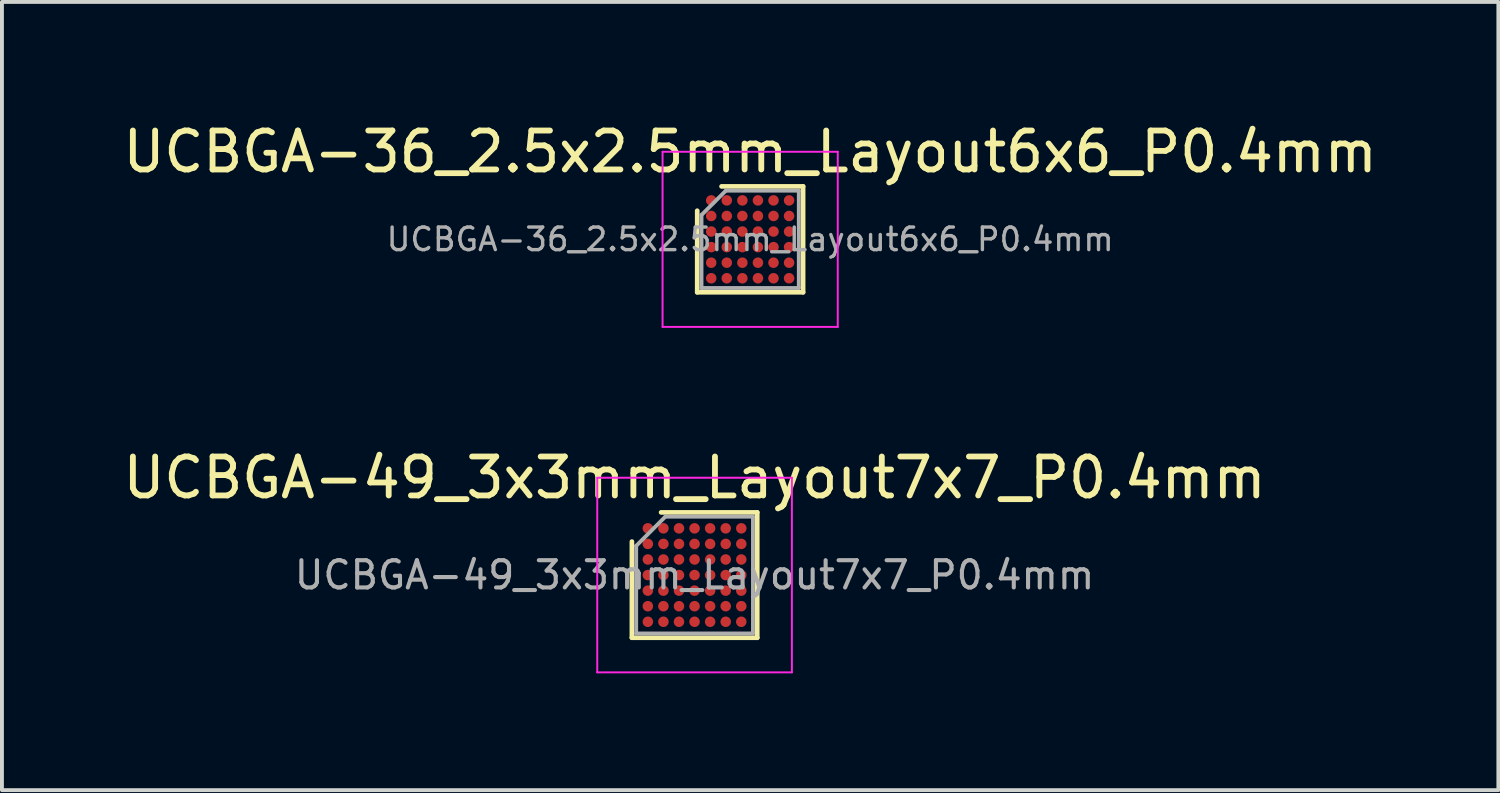
<source format=kicad_pcb>
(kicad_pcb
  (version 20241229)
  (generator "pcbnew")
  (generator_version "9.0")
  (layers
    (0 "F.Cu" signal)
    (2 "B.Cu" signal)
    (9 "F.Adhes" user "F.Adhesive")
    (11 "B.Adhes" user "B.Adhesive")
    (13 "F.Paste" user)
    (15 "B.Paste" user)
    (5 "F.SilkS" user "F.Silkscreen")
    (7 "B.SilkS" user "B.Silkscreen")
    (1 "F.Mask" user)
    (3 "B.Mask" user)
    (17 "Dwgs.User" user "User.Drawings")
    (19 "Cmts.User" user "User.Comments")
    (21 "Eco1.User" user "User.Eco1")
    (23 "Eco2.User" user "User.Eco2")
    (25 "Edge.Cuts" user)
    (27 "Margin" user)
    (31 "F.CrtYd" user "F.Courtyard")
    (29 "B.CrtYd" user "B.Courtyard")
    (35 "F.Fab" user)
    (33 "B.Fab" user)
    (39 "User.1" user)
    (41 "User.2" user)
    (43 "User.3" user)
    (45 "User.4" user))
  (footprint "UCBGA-49_3x3mm_Layout7x7_P0.4mm"
    (layer "F.Cu")
    (at 14.792 11.722)
    (property "Reference" "UCBGA-49_3x3mm_Layout7x7_P0.4mm" (at 0 -2.5 0) (layer "F.SilkS") (effects (font (size 1 1) (thickness 0.15))))
    (attr smd)
    (fp_line (start -1.61 1.61) (end -1.61 -0.86) (stroke (width 0.12) (type solid)) (layer "F.SilkS"))
    (fp_line (start -0.86 -1.61) (end 1.61 -1.61) (stroke (width 0.12) (type solid)) (layer "F.SilkS"))
    (fp_line (start 1.61 -1.61) (end 1.61 1.61) (stroke (width 0.12) (type solid)) (layer "F.SilkS"))
    (fp_line (start 1.61 1.61) (end -1.61 1.61) (stroke (width 0.12) (type solid)) (layer "F.SilkS"))
    (fp_line (start -2.5 -2.5) (end -2.5 2.5) (stroke (width 0.05) (type solid)) (layer "F.CrtYd"))
    (fp_line (start -2.5 2.5) (end 2.5 2.5) (stroke (width 0.05) (type solid)) (layer "F.CrtYd"))
    (fp_line (start 2.5 -2.5) (end -2.5 -2.5) (stroke (width 0.05) (type solid)) (layer "F.CrtYd"))
    (fp_line (start 2.5 2.5) (end 2.5 -2.5) (stroke (width 0.05) (type solid)) (layer "F.CrtYd"))
    (fp_line (start -1.5 -0.75) (end -0.75 -1.5) (stroke (width 0.1) (type solid)) (layer "F.Fab"))
    (fp_line (start -1.5 1.5) (end -1.5 -0.75) (stroke (width 0.1) (type solid)) (layer "F.Fab"))
    (fp_line (start -0.75 -1.5) (end 1.5 -1.5) (stroke (width 0.1) (type solid)) (layer "F.Fab"))
    (fp_line (start 1.5 -1.5) (end 1.5 1.5) (stroke (width 0.1) (type solid)) (layer "F.Fab"))
    (fp_line (start 1.5 1.5) (end -1.5 1.5) (stroke (width 0.1) (type solid)) (layer "F.Fab"))
    (fp_text user "${REFERENCE}" (at 0 0 0) (layer "F.Fab") (effects (font (size 0.7 0.7) (thickness 0.105))))
    (pad "A1" smd circle (at -1.2 -1.2) (size 0.27 0.27) (layers "F.Cu" "F.Mask" "F.Paste"))
    (pad "A2" smd circle (at -0.8 -1.2) (size 0.27 0.27) (layers "F.Cu" "F.Mask" "F.Paste"))
    (pad "A3" smd circle (at -0.4 -1.2) (size 0.27 0.27) (layers "F.Cu" "F.Mask" "F.Paste"))
    (pad "A4" smd circle (at 0 -1.2) (size 0.27 0.27) (layers "F.Cu" "F.Mask" "F.Paste"))
    (pad "A5" smd circle (at 0.4 -1.2) (size 0.27 0.27) (layers "F.Cu" "F.Mask" "F.Paste"))
    (pad "A6" smd circle (at 0.8 -1.2) (size 0.27 0.27) (layers "F.Cu" "F.Mask" "F.Paste"))
    (pad "A7" smd circle (at 1.2 -1.2) (size 0.27 0.27) (layers "F.Cu" "F.Mask" "F.Paste"))
    (pad "B1" smd circle (at -1.2 -0.8) (size 0.27 0.27) (layers "F.Cu" "F.Mask" "F.Paste"))
    (pad "B2" smd circle (at -0.8 -0.8) (size 0.27 0.27) (layers "F.Cu" "F.Mask" "F.Paste"))
    (pad "B3" smd circle (at -0.4 -0.8) (size 0.27 0.27) (layers "F.Cu" "F.Mask" "F.Paste"))
    (pad "B4" smd circle (at 0 -0.8) (size 0.27 0.27) (layers "F.Cu" "F.Mask" "F.Paste"))
    (pad "B5" smd circle (at 0.4 -0.8) (size 0.27 0.27) (layers "F.Cu" "F.Mask" "F.Paste"))
    (pad "B6" smd circle (at 0.8 -0.8) (size 0.27 0.27) (layers "F.Cu" "F.Mask" "F.Paste"))
    (pad "B7" smd circle (at 1.2 -0.8) (size 0.27 0.27) (layers "F.Cu" "F.Mask" "F.Paste"))
    (pad "C1" smd circle (at -1.2 -0.4) (size 0.27 0.27) (layers "F.Cu" "F.Mask" "F.Paste"))
    (pad "C2" smd circle (at -0.8 -0.4) (size 0.27 0.27) (layers "F.Cu" "F.Mask" "F.Paste"))
    (pad "C3" smd circle (at -0.4 -0.4) (size 0.27 0.27) (layers "F.Cu" "F.Mask" "F.Paste"))
    (pad "C4" smd circle (at 0 -0.4) (size 0.27 0.27) (layers "F.Cu" "F.Mask" "F.Paste"))
    (pad "C5" smd circle (at 0.4 -0.4) (size 0.27 0.27) (layers "F.Cu" "F.Mask" "F.Paste"))
    (pad "C6" smd circle (at 0.8 -0.4) (size 0.27 0.27) (layers "F.Cu" "F.Mask" "F.Paste"))
    (pad "C7" smd circle (at 1.2 -0.4) (size 0.27 0.27) (layers "F.Cu" "F.Mask" "F.Paste"))
    (pad "D1" smd circle (at -1.2 0) (size 0.27 0.27) (layers "F.Cu" "F.Mask" "F.Paste"))
    (pad "D2" smd circle (at -0.8 0) (size 0.27 0.27) (layers "F.Cu" "F.Mask" "F.Paste"))
    (pad "D3" smd circle (at -0.4 0) (size 0.27 0.27) (layers "F.Cu" "F.Mask" "F.Paste"))
    (pad "D4" smd circle (at 0 0) (size 0.27 0.27) (layers "F.Cu" "F.Mask" "F.Paste"))
    (pad "D5" smd circle (at 0.4 0) (size 0.27 0.27) (layers "F.Cu" "F.Mask" "F.Paste"))
    (pad "D6" smd circle (at 0.8 0) (size 0.27 0.27) (layers "F.Cu" "F.Mask" "F.Paste"))
    (pad "D7" smd circle (at 1.2 0) (size 0.27 0.27) (layers "F.Cu" "F.Mask" "F.Paste"))
    (pad "E1" smd circle (at -1.2 0.4) (size 0.27 0.27) (layers "F.Cu" "F.Mask" "F.Paste"))
    (pad "E2" smd circle (at -0.8 0.4) (size 0.27 0.27) (layers "F.Cu" "F.Mask" "F.Paste"))
    (pad "E3" smd circle (at -0.4 0.4) (size 0.27 0.27) (layers "F.Cu" "F.Mask" "F.Paste"))
    (pad "E4" smd circle (at 0 0.4) (size 0.27 0.27) (layers "F.Cu" "F.Mask" "F.Paste"))
    (pad "E5" smd circle (at 0.4 0.4) (size 0.27 0.27) (layers "F.Cu" "F.Mask" "F.Paste"))
    (pad "E6" smd circle (at 0.8 0.4) (size 0.27 0.27) (layers "F.Cu" "F.Mask" "F.Paste"))
    (pad "E7" smd circle (at 1.2 0.4) (size 0.27 0.27) (layers "F.Cu" "F.Mask" "F.Paste"))
    (pad "F1" smd circle (at -1.2 0.8) (size 0.27 0.27) (layers "F.Cu" "F.Mask" "F.Paste"))
    (pad "F2" smd circle (at -0.8 0.8) (size 0.27 0.27) (layers "F.Cu" "F.Mask" "F.Paste"))
    (pad "F3" smd circle (at -0.4 0.8) (size 0.27 0.27) (layers "F.Cu" "F.Mask" "F.Paste"))
    (pad "F4" smd circle (at 0 0.8) (size 0.27 0.27) (layers "F.Cu" "F.Mask" "F.Paste"))
    (pad "F5" smd circle (at 0.4 0.8) (size 0.27 0.27) (layers "F.Cu" "F.Mask" "F.Paste"))
    (pad "F6" smd circle (at 0.8 0.8) (size 0.27 0.27) (layers "F.Cu" "F.Mask" "F.Paste"))
    (pad "F7" smd circle (at 1.2 0.8) (size 0.27 0.27) (layers "F.Cu" "F.Mask" "F.Paste"))
    (pad "G1" smd circle (at -1.2 1.2) (size 0.27 0.27) (layers "F.Cu" "F.Mask" "F.Paste"))
    (pad "G2" smd circle (at -0.8 1.2) (size 0.27 0.27) (layers "F.Cu" "F.Mask" "F.Paste"))
    (pad "G3" smd circle (at -0.4 1.2) (size 0.27 0.27) (layers "F.Cu" "F.Mask" "F.Paste"))
    (pad "G4" smd circle (at 0 1.2) (size 0.27 0.27) (layers "F.Cu" "F.Mask" "F.Paste"))
    (pad "G5" smd circle (at 0.4 1.2) (size 0.27 0.27) (layers "F.Cu" "F.Mask" "F.Paste"))
    (pad "G6" smd circle (at 0.8 1.2) (size 0.27 0.27) (layers "F.Cu" "F.Mask" "F.Paste"))
    (pad "G7" smd circle (at 1.2 1.2) (size 0.27 0.27) (layers "F.Cu" "F.Mask" "F.Paste")))
  (footprint "UCBGA-36_2.5x2.5mm_Layout6x6_P0.4mm"
    (layer "F.Cu")
    (at 16.22 3.098)
    (property "Reference" "UCBGA-36_2.5x2.5mm_Layout6x6_P0.4mm" (at 0 -2.25 0) (layer "F.SilkS") (effects (font (size 1 1) (thickness 0.15))))
    (attr smd)
    (fp_line (start -1.36 1.36) (end -1.36 -0.735) (stroke (width 0.12) (type solid)) (layer "F.SilkS"))
    (fp_line (start -0.735 -1.36) (end 1.36 -1.36) (stroke (width 0.12) (type solid)) (layer "F.SilkS"))
    (fp_line (start 1.36 -1.36) (end 1.36 1.36) (stroke (width 0.12) (type solid)) (layer "F.SilkS"))
    (fp_line (start 1.36 1.36) (end -1.36 1.36) (stroke (width 0.12) (type solid)) (layer "F.SilkS"))
    (fp_line (start -2.25 -2.25) (end -2.25 2.25) (stroke (width 0.05) (type solid)) (layer "F.CrtYd"))
    (fp_line (start -2.25 2.25) (end 2.25 2.25) (stroke (width 0.05) (type solid)) (layer "F.CrtYd"))
    (fp_line (start 2.25 -2.25) (end -2.25 -2.25) (stroke (width 0.05) (type solid)) (layer "F.CrtYd"))
    (fp_line (start 2.25 2.25) (end 2.25 -2.25) (stroke (width 0.05) (type solid)) (layer "F.CrtYd"))
    (fp_line (start -1.25 -0.625) (end -0.625 -1.25) (stroke (width 0.1) (type solid)) (layer "F.Fab"))
    (fp_line (start -1.25 1.25) (end -1.25 -0.625) (stroke (width 0.1) (type solid)) (layer "F.Fab"))
    (fp_line (start -0.625 -1.25) (end 1.25 -1.25) (stroke (width 0.1) (type solid)) (layer "F.Fab"))
    (fp_line (start 1.25 -1.25) (end 1.25 1.25) (stroke (width 0.1) (type solid)) (layer "F.Fab"))
    (fp_line (start 1.25 1.25) (end -1.25 1.25) (stroke (width 0.1) (type solid)) (layer "F.Fab"))
    (fp_text user "${REFERENCE}" (at 0 0 0) (layer "F.Fab") (effects (font (size 0.58 0.58) (thickness 0.087))))
    (pad "A1" smd circle (at -1 -1) (size 0.27 0.27) (layers "F.Cu" "F.Mask" "F.Paste"))
    (pad "A2" smd circle (at -0.6 -1) (size 0.27 0.27) (layers "F.Cu" "F.Mask" "F.Paste"))
    (pad "A3" smd circle (at -0.2 -1) (size 0.27 0.27) (layers "F.Cu" "F.Mask" "F.Paste"))
    (pad "A4" smd circle (at 0.2 -1) (size 0.27 0.27) (layers "F.Cu" "F.Mask" "F.Paste"))
    (pad "A5" smd circle (at 0.6 -1) (size 0.27 0.27) (layers "F.Cu" "F.Mask" "F.Paste"))
    (pad "A6" smd circle (at 1 -1) (size 0.27 0.27) (layers "F.Cu" "F.Mask" "F.Paste"))
    (pad "B1" smd circle (at -1 -0.6) (size 0.27 0.27) (layers "F.Cu" "F.Mask" "F.Paste"))
    (pad "B2" smd circle (at -0.6 -0.6) (size 0.27 0.27) (layers "F.Cu" "F.Mask" "F.Paste"))
    (pad "B3" smd circle (at -0.2 -0.6) (size 0.27 0.27) (layers "F.Cu" "F.Mask" "F.Paste"))
    (pad "B4" smd circle (at 0.2 -0.6) (size 0.27 0.27) (layers "F.Cu" "F.Mask" "F.Paste"))
    (pad "B5" smd circle (at 0.6 -0.6) (size 0.27 0.27) (layers "F.Cu" "F.Mask" "F.Paste"))
    (pad "B6" smd circle (at 1 -0.6) (size 0.27 0.27) (layers "F.Cu" "F.Mask" "F.Paste"))
    (pad "C1" smd circle (at -1 -0.2) (size 0.27 0.27) (layers "F.Cu" "F.Mask" "F.Paste"))
    (pad "C2" smd circle (at -0.6 -0.2) (size 0.27 0.27) (layers "F.Cu" "F.Mask" "F.Paste"))
    (pad "C3" smd circle (at -0.2 -0.2) (size 0.27 0.27) (layers "F.Cu" "F.Mask" "F.Paste"))
    (pad "C4" smd circle (at 0.2 -0.2) (size 0.27 0.27) (layers "F.Cu" "F.Mask" "F.Paste"))
    (pad "C5" smd circle (at 0.6 -0.2) (size 0.27 0.27) (layers "F.Cu" "F.Mask" "F.Paste"))
    (pad "C6" smd circle (at 1 -0.2) (size 0.27 0.27) (layers "F.Cu" "F.Mask" "F.Paste"))
    (pad "D1" smd circle (at -1 0.2) (size 0.27 0.27) (layers "F.Cu" "F.Mask" "F.Paste"))
    (pad "D2" smd circle (at -0.6 0.2) (size 0.27 0.27) (layers "F.Cu" "F.Mask" "F.Paste"))
    (pad "D3" smd circle (at -0.2 0.2) (size 0.27 0.27) (layers "F.Cu" "F.Mask" "F.Paste"))
    (pad "D4" smd circle (at 0.2 0.2) (size 0.27 0.27) (layers "F.Cu" "F.Mask" "F.Paste"))
    (pad "D5" smd circle (at 0.6 0.2) (size 0.27 0.27) (layers "F.Cu" "F.Mask" "F.Paste"))
    (pad "D6" smd circle (at 1 0.2) (size 0.27 0.27) (layers "F.Cu" "F.Mask" "F.Paste"))
    (pad "E1" smd circle (at -1 0.6) (size 0.27 0.27) (layers "F.Cu" "F.Mask" "F.Paste"))
    (pad "E2" smd circle (at -0.6 0.6) (size 0.27 0.27) (layers "F.Cu" "F.Mask" "F.Paste"))
    (pad "E3" smd circle (at -0.2 0.6) (size 0.27 0.27) (layers "F.Cu" "F.Mask" "F.Paste"))
    (pad "E4" smd circle (at 0.2 0.6) (size 0.27 0.27) (layers "F.Cu" "F.Mask" "F.Paste"))
    (pad "E5" smd circle (at 0.6 0.6) (size 0.27 0.27) (layers "F.Cu" "F.Mask" "F.Paste"))
    (pad "E6" smd circle (at 1 0.6) (size 0.27 0.27) (layers "F.Cu" "F.Mask" "F.Paste"))
    (pad "F1" smd circle (at -1 1) (size 0.27 0.27) (layers "F.Cu" "F.Mask" "F.Paste"))
    (pad "F2" smd circle (at -0.6 1) (size 0.27 0.27) (layers "F.Cu" "F.Mask" "F.Paste"))
    (pad "F3" smd circle (at -0.2 1) (size 0.27 0.27) (layers "F.Cu" "F.Mask" "F.Paste"))
    (pad "F4" smd circle (at 0.2 1) (size 0.27 0.27) (layers "F.Cu" "F.Mask" "F.Paste"))
    (pad "F5" smd circle (at 0.6 1) (size 0.27 0.27) (layers "F.Cu" "F.Mask" "F.Paste"))
    (pad "F6" smd circle (at 1 1) (size 0.27 0.27) (layers "F.Cu" "F.Mask" "F.Paste")))
  (gr_rect
    (start -3 -3)
    (end 35.44 17.247)
    (stroke (width 0.1) (type default))
    (fill no)
    (layer "Edge.Cuts")))
</source>
